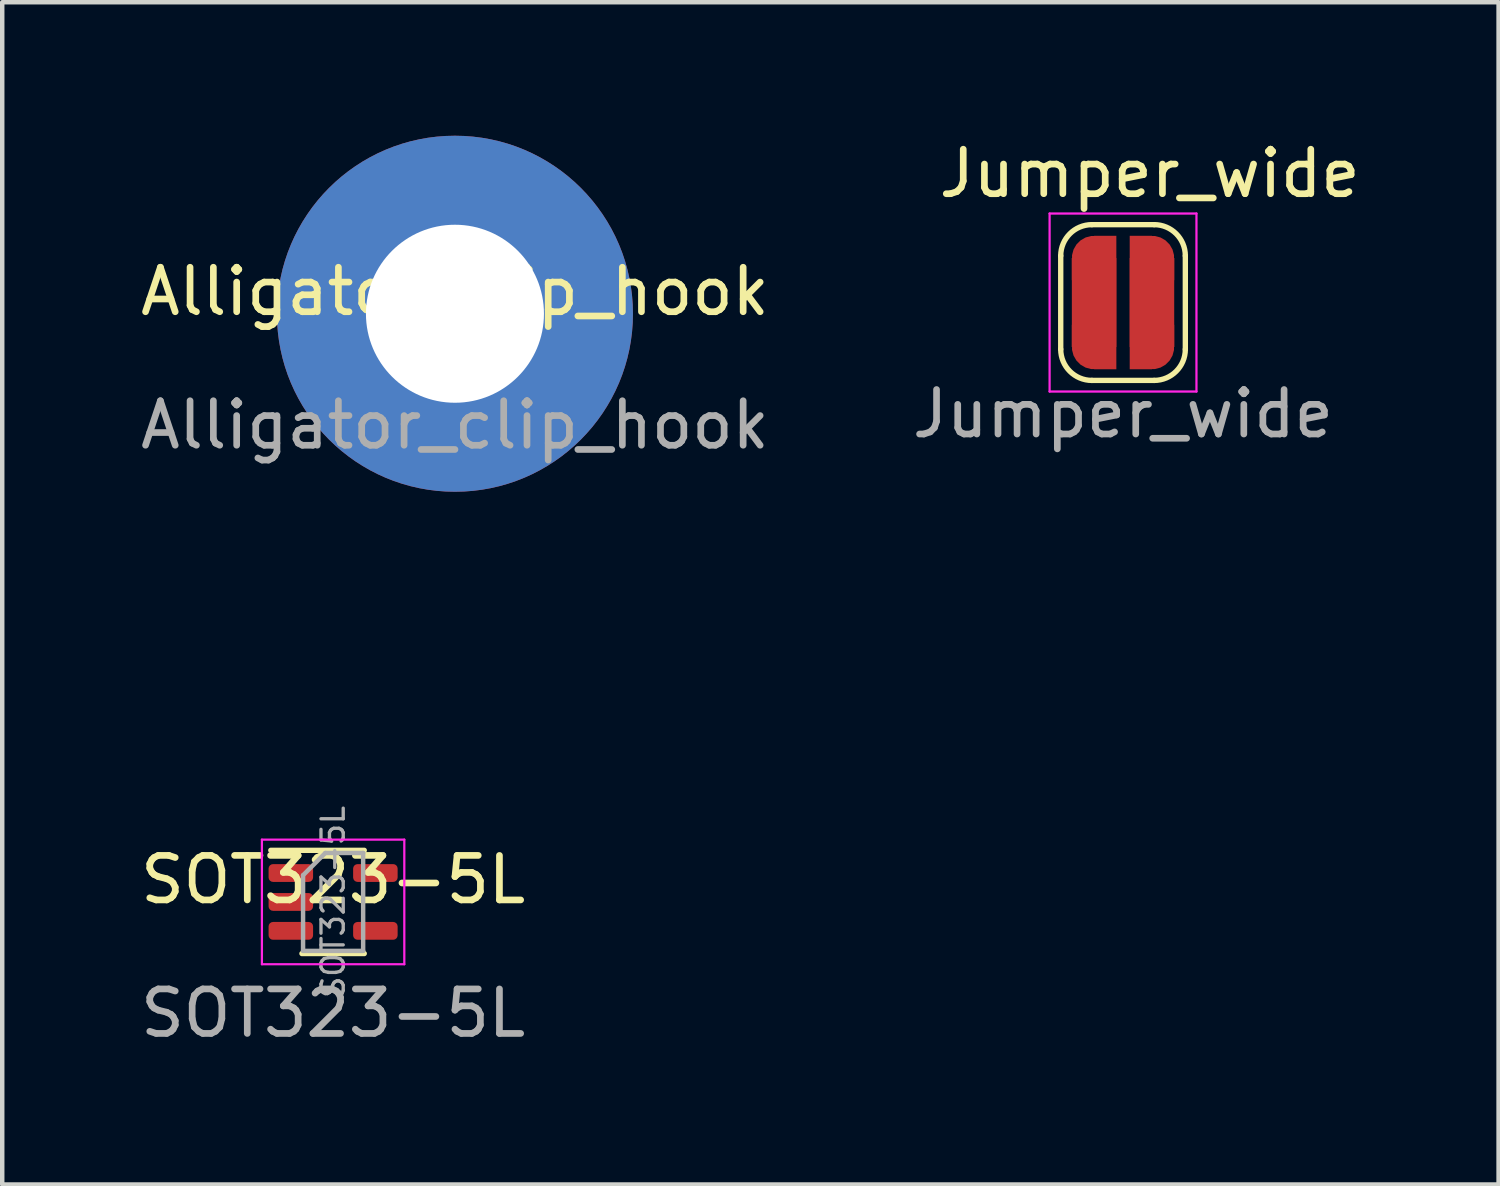
<source format=kicad_pcb>
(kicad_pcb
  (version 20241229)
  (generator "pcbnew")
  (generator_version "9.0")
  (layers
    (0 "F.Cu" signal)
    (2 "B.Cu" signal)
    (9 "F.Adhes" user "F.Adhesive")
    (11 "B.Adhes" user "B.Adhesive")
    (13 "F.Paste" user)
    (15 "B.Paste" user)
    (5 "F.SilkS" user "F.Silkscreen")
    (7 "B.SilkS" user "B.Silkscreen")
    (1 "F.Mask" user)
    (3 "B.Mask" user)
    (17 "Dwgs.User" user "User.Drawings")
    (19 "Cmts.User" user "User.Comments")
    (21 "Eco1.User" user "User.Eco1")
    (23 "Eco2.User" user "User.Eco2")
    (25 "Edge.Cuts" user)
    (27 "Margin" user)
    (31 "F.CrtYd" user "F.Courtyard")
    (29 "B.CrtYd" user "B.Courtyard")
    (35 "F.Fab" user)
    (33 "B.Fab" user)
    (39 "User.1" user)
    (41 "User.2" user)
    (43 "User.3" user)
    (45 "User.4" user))
  (footprint "Alligator_clip_hook"
    (layer "F.Cu")
    (at 7.173 4)
    (property "Reference" "Alligator_clip_hook" (at 0 -0.5 0) (unlocked yes) (layer "F.SilkS") (effects (font (size 1 1) (thickness 0.15))))
    (attr through_hole)
    (fp_text user "${REFERENCE}" (at 0 2.5 0) (unlocked yes) (layer "F.Fab") (effects (font (size 1 1) (thickness 0.15))))
    (pad "" np_thru_hole circle (at -3 6) (size 0.001 0.001) (drill 4) (layers "*.Cu" "*.Mask"))
    (pad "" np_thru_hole circle (at 3 6) (size 0.001 0.001) (drill 4) (layers "*.Cu" "*.Mask"))
    (pad "1" thru_hole circle (at 0 0) (size 8 8) (drill 4) (layers "*.Cu" "*.Mask")))
  (footprint "Jumper_wide"
    (layer "F.Cu")
    (at 22.185 3.748)
    (property "Reference" "Jumper_wide" (at 0.6 -2.9 0) (unlocked yes) (layer "F.SilkS") (effects (font (size 1 1) (thickness 0.15))))
    (attr smd)
    (fp_line (start -1.4 1.05) (end -1.4 -1.05) (stroke (width 0.12) (type solid)) (layer "F.SilkS"))
    (fp_line (start -0.7 -1.75) (end 0.7 -1.75) (stroke (width 0.12) (type solid)) (layer "F.SilkS"))
    (fp_line (start 0.7 1.75) (end -0.7 1.75) (stroke (width 0.12) (type solid)) (layer "F.SilkS"))
    (fp_line (start 1.4 -1.05) (end 1.4 1.05) (stroke (width 0.12) (type solid)) (layer "F.SilkS"))
    (fp_arc (start -1.4 -1.05) (mid -1.194975 -1.544975) (end -0.7 -1.75) (stroke (width 0.12) (type solid)) (layer "F.SilkS"))
    (fp_arc (start -0.7 1.75) (mid -1.194975 1.544975) (end -1.4 1.05) (stroke (width 0.12) (type solid)) (layer "F.SilkS"))
    (fp_arc (start 0.7 -1.75) (mid 1.194975 -1.544975) (end 1.4 -1.05) (stroke (width 0.12) (type solid)) (layer "F.SilkS"))
    (fp_arc (start 1.4 1.05) (mid 1.194975 1.544975) (end 0.7 1.75) (stroke (width 0.12) (type solid)) (layer "F.SilkS"))
    (fp_line (start -1.65 -2) (end -1.65 2) (stroke (width 0.05) (type solid)) (layer "F.CrtYd"))
    (fp_line (start -1.65 -2) (end 1.65 -2) (stroke (width 0.05) (type solid)) (layer "F.CrtYd"))
    (fp_line (start 1.65 2) (end -1.65 2) (stroke (width 0.05) (type solid)) (layer "F.CrtYd"))
    (fp_line (start 1.65 2) (end 1.65 -2) (stroke (width 0.05) (type solid)) (layer "F.CrtYd"))
    (fp_text user "${REFERENCE}" (at 0 2.5 0) (unlocked yes) (layer "F.Fab") (effects (font (size 1 1) (thickness 0.15))))
    (pad "1" smd custom (at -0.65 -0.75) (size 1 0.5) (layers "F.Cu" "F.Mask") (options (anchor rect)) (primitives (gr_circle (center 0 0.25) (end 0.5 0.25) (width 0) (fill yes)) (gr_circle (center 0 -0.25) (end 0.5 -0.25) (width 0) (fill yes)) (gr_poly (pts (xy 0.5 0.75) (xy 0 0.75) (xy 0 -0.75) (xy 0.5 -0.75)) (width 0) (fill yes))))
    (pad "1" smd custom (at -0.65 0) (size 1 2) (layers "F.Cu" "F.Mask") (options (anchor rect)) (primitives (gr_circle (center 0 0.25) (end 0.5 0.25) (width 0) (fill yes)) (gr_circle (center 0 -0.25) (end 0.5 -0.25) (width 0) (fill yes)) (gr_poly (pts (xy 0.5 0.75) (xy 0 0.75) (xy 0 -0.75) (xy 0.5 -0.75)) (width 0) (fill yes))))
    (pad "1" smd custom (at -0.65 0.75) (size 1 0.5) (layers "F.Cu" "F.Mask") (options (anchor rect)) (primitives (gr_circle (center 0 0.25) (end 0.5 0.25) (width 0) (fill yes)) (gr_circle (center 0 -0.25) (end 0.5 -0.25) (width 0) (fill yes)) (gr_poly (pts (xy 0.5 0.75) (xy 0 0.75) (xy 0 -0.75) (xy 0.5 -0.75)) (width 0) (fill yes))))
    (pad "2" smd custom (at 0.65 -0.75) (size 1 0.5) (layers "F.Cu" "F.Mask") (options (anchor rect)) (primitives (gr_circle (center 0 0.25) (end 0.5 0.25) (width 0) (fill yes)) (gr_circle (center 0 -0.25) (end 0.5 -0.25) (width 0) (fill yes)) (gr_poly (pts (xy 0 0.75) (xy -0.5 0.75) (xy -0.5 -0.75) (xy 0 -0.75)) (width 0) (fill yes))))
    (pad "2" smd custom (at 0.65 0) (size 1 2) (layers "F.Cu" "F.Mask") (options (anchor rect)) (primitives (gr_circle (center 0 0.25) (end 0.5 0.25) (width 0) (fill yes)) (gr_circle (center 0 -0.25) (end 0.5 -0.25) (width 0) (fill yes)) (gr_poly (pts (xy 0 0.75) (xy -0.5 0.75) (xy -0.5 -0.75) (xy 0 -0.75)) (width 0) (fill yes))))
    (pad "2" smd custom (at 0.65 0.75) (size 1 0.5) (layers "F.Cu" "F.Mask") (options (anchor rect)) (primitives (gr_circle (center 0 0.25) (end 0.5 0.25) (width 0) (fill yes)) (gr_circle (center 0 -0.25) (end 0.5 -0.25) (width 0) (fill yes)) (gr_poly (pts (xy 0 0.75) (xy -0.5 0.75) (xy -0.5 -0.75) (xy 0 -0.75)) (width 0) (fill yes)))))
  (footprint "SOT323-5L"
    (layer "F.Cu")
    (at 4.435 17.217)
    (property "Reference" "SOT323-5L" (at 0 -0.5 0) (unlocked yes) (layer "F.SilkS") (effects (font (size 1 1) (thickness 0.15))))
    (attr smd)
    (fp_line (start -0.7 1.16) (end 0.7 1.16) (stroke (width 0.12) (type solid)) (layer "F.SilkS"))
    (fp_line (start 0.7 -1.16) (end -1.4 -1.16) (stroke (width 0.12) (type solid)) (layer "F.SilkS"))
    (fp_line (start -1.6 -1.4) (end -1.6 1.4) (stroke (width 0.05) (type solid)) (layer "F.CrtYd"))
    (fp_line (start -1.6 -1.4) (end 1.6 -1.4) (stroke (width 0.05) (type solid)) (layer "F.CrtYd"))
    (fp_line (start -1.6 1.4) (end 1.6 1.4) (stroke (width 0.05) (type solid)) (layer "F.CrtYd"))
    (fp_line (start 1.6 1.4) (end 1.6 -1.4) (stroke (width 0.05) (type solid)) (layer "F.CrtYd"))
    (fp_line (start -0.675 -0.6) (end -0.675 1.1) (stroke (width 0.1) (type solid)) (layer "F.Fab"))
    (fp_line (start -0.175 -1.1) (end -0.675 -0.6) (stroke (width 0.1) (type solid)) (layer "F.Fab"))
    (fp_line (start 0.675 -1.1) (end -0.175 -1.1) (stroke (width 0.1) (type solid)) (layer "F.Fab"))
    (fp_line (start 0.675 -1.1) (end 0.675 1.1) (stroke (width 0.1) (type solid)) (layer "F.Fab"))
    (fp_line (start 0.675 1.1) (end -0.675 1.1) (stroke (width 0.1) (type solid)) (layer "F.Fab"))
    (fp_text user "${REFERENCE}" (at 0 2.5 0) (unlocked yes) (layer "F.Fab") (effects (font (size 1 1) (thickness 0.15))))
    (fp_text user "${REFERENCE}" (at 0 0 90) (layer "F.Fab") (effects (font (size 0.5 0.5) (thickness 0.075))))
    (pad "1" smd roundrect (at -0.95 -0.65) (size 1 0.4) (layers "F.Cu" "F.Mask" "F.Paste") (roundrect_rratio 0.25) (chamfer_ratio 0.2) (chamfer))
    (pad "2" smd roundrect (at -0.95 0) (size 1 0.4) (layers "F.Cu" "F.Mask" "F.Paste") (roundrect_rratio 0.25) (chamfer_ratio 0.2) (chamfer))
    (pad "3" smd roundrect (at -0.95 0.65) (size 1 0.4) (layers "F.Cu" "F.Mask" "F.Paste") (roundrect_rratio 0.25) (chamfer_ratio 0.2) (chamfer))
    (pad "4" smd roundrect (at 0.95 0.65) (size 1 0.4) (layers "F.Cu" "F.Mask" "F.Paste") (roundrect_rratio 0.25) (chamfer_ratio 0.2) (chamfer))
    (pad "5" smd roundrect (at 0.95 -0.65) (size 1 0.4) (layers "F.Cu" "F.Mask" "F.Paste") (roundrect_rratio 0.25)))
  (gr_rect
    (start -3 -3)
    (end 30.624 23.566)
    (stroke (width 0.1) (type default))
    (fill no)
    (layer "Edge.Cuts")))
</source>
